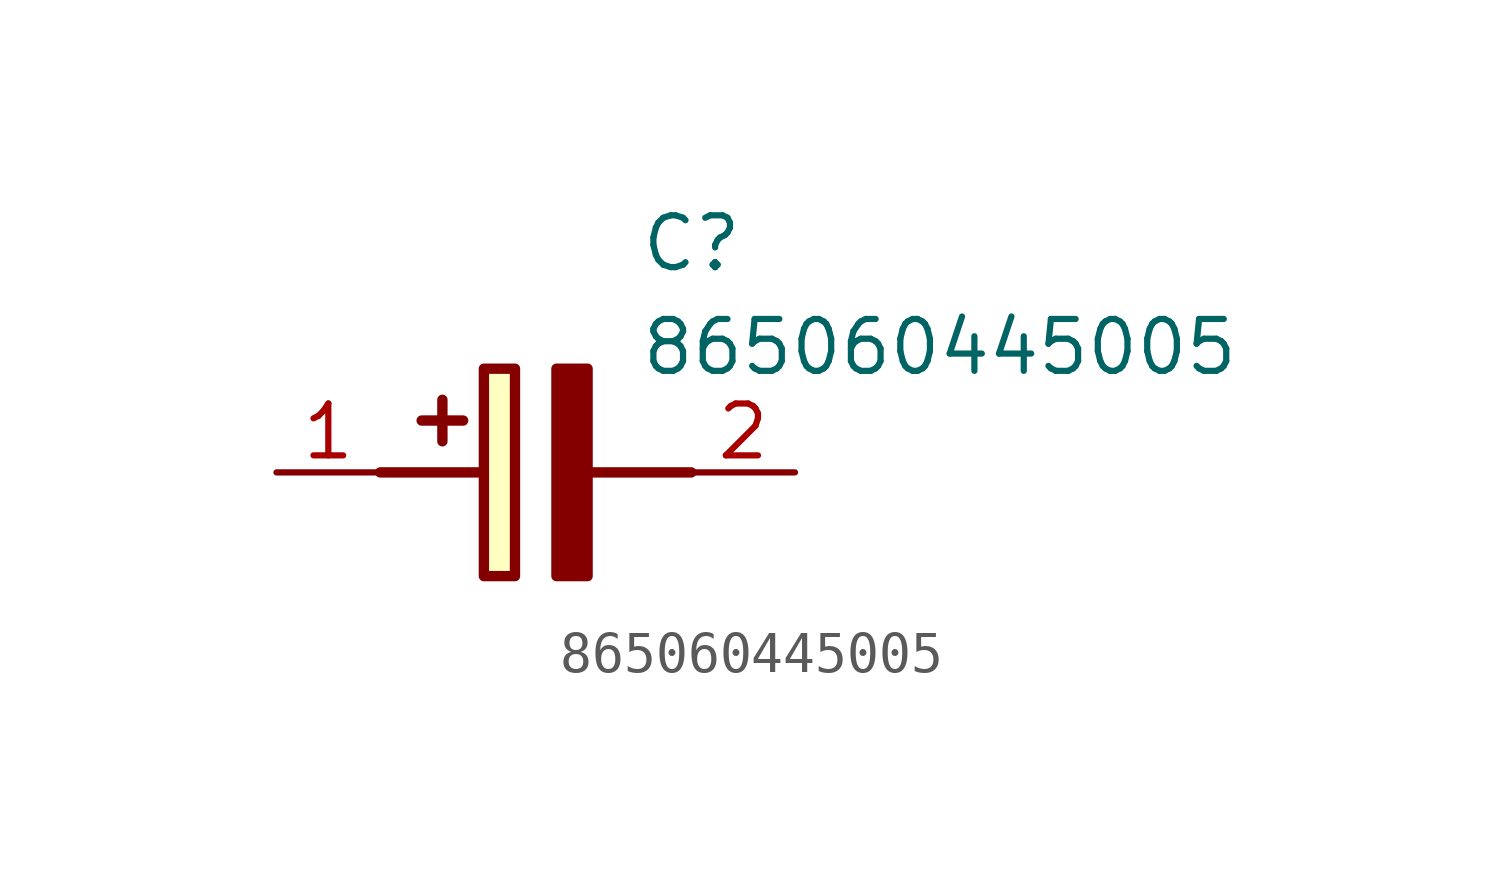
<source format=kicad_sym>
(kicad_symbol_lib
  (version 20211014)
  (generator SamacSys_ECAD_Model)
  (symbol "865060445005"
    (pin_names hide)
    (property "Reference" "C"
      (at 8.89 6.35 0)
      (effects (font (size 1.27 1.27)) (justify left top)))
    (property "Value" "865060445005"
      (at 8.89 3.81 0)
      (effects (font (size 1.27 1.27)) (justify left top)))
    (rectangle
      (start 5.08 2.54)
      (end 5.842 -2.54)
      (stroke (width 0.254) (type default))
      (fill (type background)))
    (polyline
      (pts (xy 4.572 1.27) (xy 3.556 1.27))
      (stroke (width 0.254) (type default))
      (fill (type none)))
    (polyline
      (pts (xy 4.064 1.778) (xy 4.064 0.762))
      (stroke (width 0.254) (type default))
      (fill (type none)))
    (polyline
      (pts (xy 2.54 0) (xy 5.08 0))
      (stroke (width 0.254) (type default))
      (fill (type none)))
    (polyline
      (pts (xy 7.62 0) (xy 10.16 0))
      (stroke (width 0.254) (type default))
      (fill (type none)))
    (polyline
      (pts (xy 7.62 2.54) (xy 7.62 -2.54) (xy 6.858 -2.54) (xy 6.858 2.54) (xy 7.62 2.54))
      (stroke (width 0.254) (type default))
      (fill (type outline)))
    (pin passive line
      (at 0 0 0)
      (length 2.54)
      (name "+" (effects (font (size 1.27 1.27))))
      (number "1" (effects (font (size 1.27 1.27)))))
    (pin passive line
      (at 12.7 0 180)
      (length 2.54)
      (name "-" (effects (font (size 1.27 1.27))))
      (number "2" (effects (font (size 1.27 1.27)))))))
</source>
